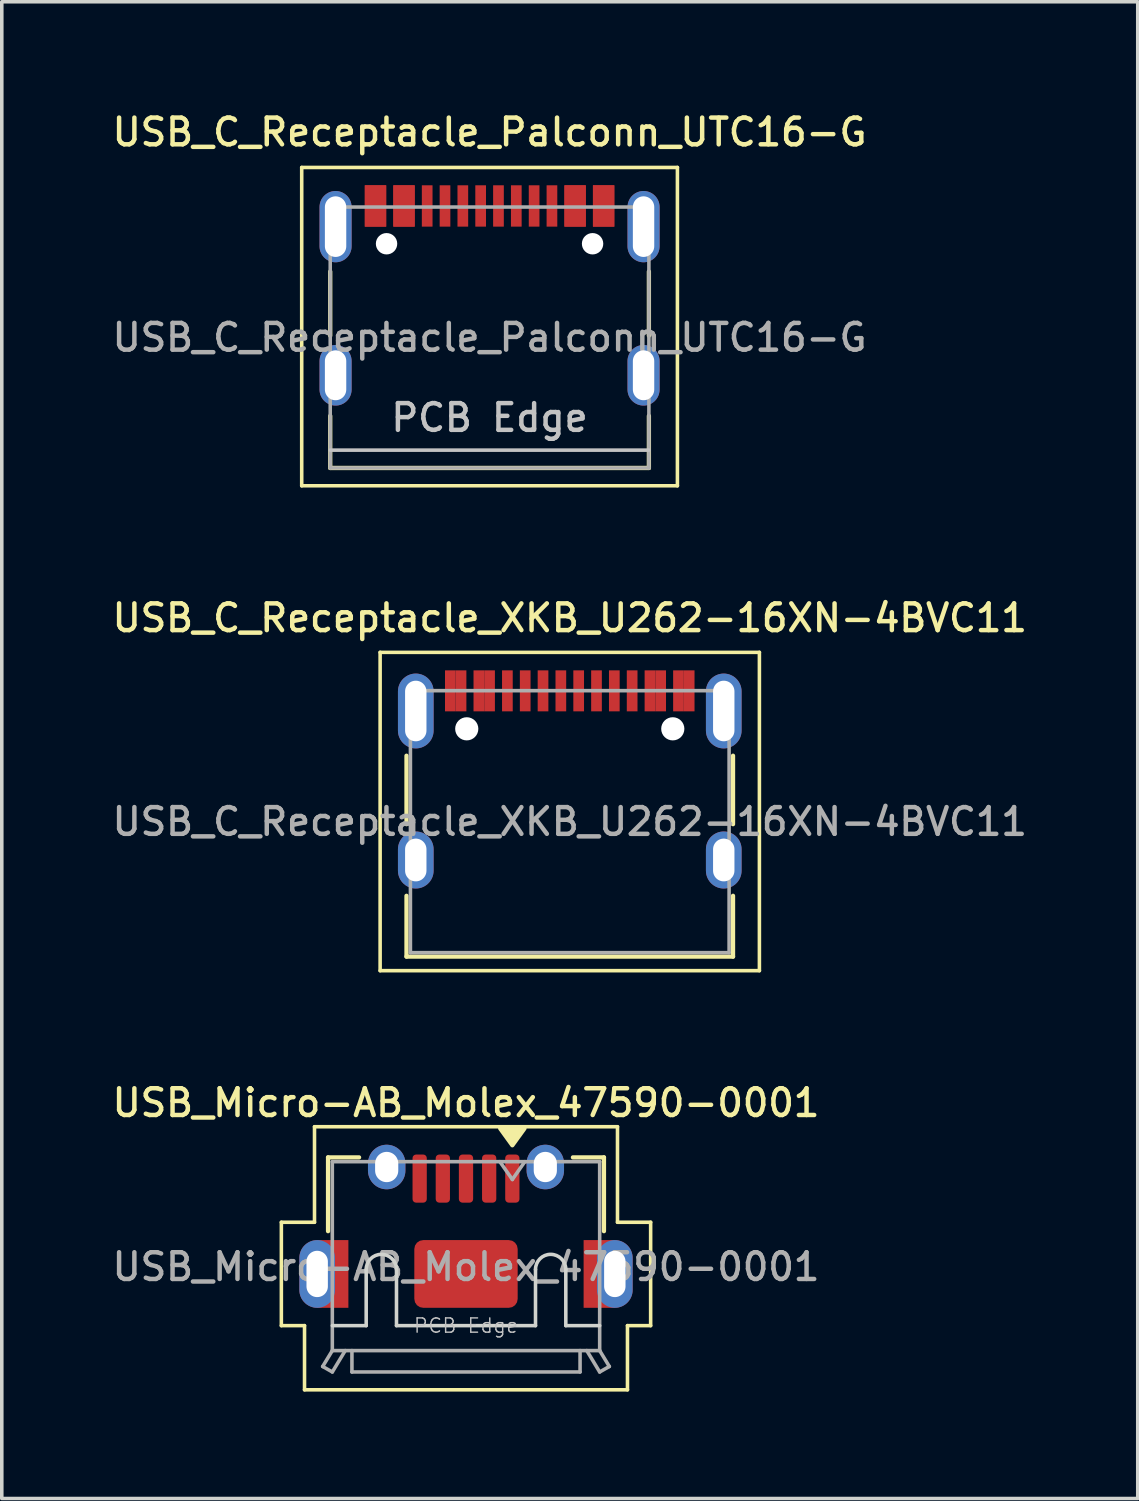
<source format=kicad_pcb>
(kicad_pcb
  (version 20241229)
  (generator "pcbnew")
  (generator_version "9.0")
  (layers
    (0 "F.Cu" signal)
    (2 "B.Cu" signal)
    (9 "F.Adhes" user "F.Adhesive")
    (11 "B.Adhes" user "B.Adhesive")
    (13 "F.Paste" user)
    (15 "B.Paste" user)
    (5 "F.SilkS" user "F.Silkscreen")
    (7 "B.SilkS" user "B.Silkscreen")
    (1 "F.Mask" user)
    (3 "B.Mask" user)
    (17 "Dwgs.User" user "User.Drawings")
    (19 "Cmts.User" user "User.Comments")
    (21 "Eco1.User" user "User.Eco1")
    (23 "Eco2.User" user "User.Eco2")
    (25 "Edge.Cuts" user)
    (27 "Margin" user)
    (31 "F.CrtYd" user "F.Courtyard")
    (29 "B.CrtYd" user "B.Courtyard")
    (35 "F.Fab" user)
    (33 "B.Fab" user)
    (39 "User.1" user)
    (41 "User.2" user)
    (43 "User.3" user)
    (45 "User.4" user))
  (footprint "USB_C_Receptacle_XKB_U262-16XN-4BVC11"
    (layer "F.Cu")
    (at 12.934 20.001)
    (property "Reference" "USB_C_Receptacle_XKB_U262-16XN-4BVC11" (at 0 -5.715 0) (layer "F.SilkS") (effects (font (size 0.75 0.75) (thickness 0.125))))
    (attr smd)
    (fp_line (start -5.32 -4.75) (end 5.32 -4.75) (stroke (width 0.1) (type solid)) (layer "F.SilkS"))
    (fp_line (start -5.32 4.18) (end -5.32 -4.75) (stroke (width 0.1) (type solid)) (layer "F.SilkS"))
    (fp_line (start -4.58 -1.85) (end -4.58 0.07) (stroke (width 0.12) (type solid)) (layer "F.SilkS"))
    (fp_line (start -4.58 3.785) (end -4.58 2.08) (stroke (width 0.12) (type solid)) (layer "F.SilkS"))
    (fp_line (start 4.58 0.07) (end 4.58 -1.85) (stroke (width 0.12) (type solid)) (layer "F.SilkS"))
    (fp_line (start 4.58 2.08) (end 4.58 3.785) (stroke (width 0.12) (type solid)) (layer "F.SilkS"))
    (fp_line (start 4.58 3.785) (end -4.58 3.785) (stroke (width 0.12) (type solid)) (layer "F.SilkS"))
    (fp_line (start 5.32 -4.75) (end 5.32 4.18) (stroke (width 0.1) (type solid)) (layer "F.SilkS"))
    (fp_line (start 5.32 4.18) (end -5.32 4.18) (stroke (width 0.1) (type solid)) (layer "F.SilkS"))
    (fp_line (start -4.47 -3.675) (end -4.47 3.675) (stroke (width 0.1) (type solid)) (layer "F.Fab"))
    (fp_line (start -4.47 -3.675) (end 4.47 -3.675) (stroke (width 0.1) (type solid)) (layer "F.Fab"))
    (fp_line (start -4.47 3.675) (end 4.47 3.675) (stroke (width 0.1) (type solid)) (layer "F.Fab"))
    (fp_line (start 4.47 3.675) (end 4.47 -3.675) (stroke (width 0.1) (type solid)) (layer "F.Fab"))
    (fp_text user "${REFERENCE}" (at 0 0 0) (layer "F.Fab") (effects (font (size 0.75 0.75) (thickness 0.125))))
    (pad "" np_thru_hole circle (at -2.89 -2.605) (size 0.65 0.65) (drill 0.65) (layers "*.Cu" "*.Mask"))
    (pad "" np_thru_hole circle (at 2.89 -2.605) (size 0.65 0.65) (drill 0.65) (layers "*.Cu" "*.Mask"))
    (pad "A1" smd rect (at -3.35 -3.67) (size 0.3 1.15) (layers "F.Cu" "F.Mask" "F.Paste"))
    (pad "A4" smd rect (at -2.55 -3.67) (size 0.3 1.15) (layers "F.Cu" "F.Mask" "F.Paste"))
    (pad "A5" smd rect (at -1.25 -3.67) (size 0.3 1.15) (layers "F.Cu" "F.Mask" "F.Paste"))
    (pad "A6" smd rect (at -0.25 -3.67) (size 0.3 1.15) (layers "F.Cu" "F.Mask" "F.Paste"))
    (pad "A7" smd rect (at 0.25 -3.67) (size 0.3 1.15) (layers "F.Cu" "F.Mask" "F.Paste"))
    (pad "A8" smd rect (at 1.25 -3.67) (size 0.3 1.15) (layers "F.Cu" "F.Mask" "F.Paste"))
    (pad "A9" smd rect (at 2.55 -3.67) (size 0.3 1.15) (layers "F.Cu" "F.Mask" "F.Paste"))
    (pad "A12" smd rect (at 3.35 -3.67) (size 0.3 1.15) (layers "F.Cu" "F.Mask" "F.Paste"))
    (pad "B1" smd rect (at 3.05 -3.67) (size 0.3 1.15) (layers "F.Cu" "F.Mask" "F.Paste"))
    (pad "B4" smd rect (at 2.25 -3.67) (size 0.3 1.15) (layers "F.Cu" "F.Mask" "F.Paste"))
    (pad "B5" smd rect (at 1.75 -3.67) (size 0.3 1.15) (layers "F.Cu" "F.Mask" "F.Paste"))
    (pad "B6" smd rect (at 0.75 -3.67) (size 0.3 1.15) (layers "F.Cu" "F.Mask" "F.Paste"))
    (pad "B7" smd rect (at -0.75 -3.67) (size 0.3 1.15) (layers "F.Cu" "F.Mask" "F.Paste"))
    (pad "B8" smd rect (at -1.75 -3.67) (size 0.3 1.15) (layers "F.Cu" "F.Mask" "F.Paste"))
    (pad "B9" smd rect (at -2.25 -3.67) (size 0.3 1.15) (layers "F.Cu" "F.Mask" "F.Paste"))
    (pad "B12" smd rect (at -3.05 -3.67) (size 0.3 1.15) (layers "F.Cu" "F.Mask" "F.Paste"))
    (pad "S1" thru_hole oval (at -4.32 -3.105) (size 1 2.1) (drill oval 0.6 1.7) (layers "*.Cu" "*.Mask"))
    (pad "S1" thru_hole oval (at -4.32 1.075) (size 1 1.6) (drill oval 0.6 1.2) (layers "*.Cu" "*.Mask"))
    (pad "S1" thru_hole oval (at 4.32 -3.105) (size 1 2.1) (drill oval 0.6 1.7) (layers "*.Cu" "*.Mask"))
    (pad "S1" thru_hole oval (at 4.32 1.075) (size 1 1.6) (drill oval 0.6 1.2) (layers "*.Cu" "*.Mask")))
  (footprint "USB_Micro-AB_Molex_47590-0001"
    (layer "F.Cu")
    (at 10.023 33.039)
    (property "Reference" "USB_Micro-AB_Molex_47590-0001" (at 0 -5.15 180) (layer "F.SilkS") (effects (font (size 0.75 0.75) (thickness 0.125))))
    (attr smd)
    (fp_line (start -5.18 -1.8) (end -5.18 1.1) (stroke (width 0.1) (type solid)) (layer "F.SilkS"))
    (fp_line (start -5.18 1.1) (end -4.53 1.1) (stroke (width 0.1) (type default)) (layer "F.SilkS"))
    (fp_line (start -4.53 1.1) (end -4.53 2.9) (stroke (width 0.1) (type default)) (layer "F.SilkS"))
    (fp_line (start -4.53 2.9) (end 4.53 2.9) (stroke (width 0.1) (type solid)) (layer "F.SilkS"))
    (fp_line (start -4.25 -4.48) (end -4.25 -1.8) (stroke (width 0.1) (type default)) (layer "F.SilkS"))
    (fp_line (start -4.25 -4.48) (end 4.25 -4.48) (stroke (width 0.1) (type solid)) (layer "F.SilkS"))
    (fp_line (start -4.25 -1.8) (end -5.18 -1.8) (stroke (width 0.1) (type default)) (layer "F.SilkS"))
    (fp_line (start -3.87 -3.62) (end -3.87 -1.55) (stroke (width 0.12) (type solid)) (layer "F.SilkS"))
    (fp_line (start -3.87 -3.62) (end -3 -3.62) (stroke (width 0.12) (type solid)) (layer "F.SilkS"))
    (fp_line (start 3 -3.62) (end 3.87 -3.62) (stroke (width 0.12) (type solid)) (layer "F.SilkS"))
    (fp_line (start 3.87 -3.62) (end 3.87 -1.55) (stroke (width 0.12) (type solid)) (layer "F.SilkS"))
    (fp_line (start 4.25 -4.48) (end 4.25 -1.8) (stroke (width 0.1) (type default)) (layer "F.SilkS"))
    (fp_line (start 4.25 -1.8) (end 5.18 -1.8) (stroke (width 0.1) (type default)) (layer "F.SilkS"))
    (fp_line (start 4.53 1.1) (end 4.53 2.9) (stroke (width 0.1) (type default)) (layer "F.SilkS"))
    (fp_line (start 5.18 -1.8) (end 5.18 1.1) (stroke (width 0.1) (type solid)) (layer "F.SilkS"))
    (fp_line (start 5.18 1.1) (end 4.53 1.1) (stroke (width 0.1) (type default)) (layer "F.SilkS"))
    (fp_poly (pts (xy 1.3 -3.96) (xy 0.96 -4.43) (xy 1.64 -4.43) (xy 1.3 -3.96)) (stroke (width 0.12) (type solid)) (fill yes) (layer "F.SilkS"))
    (fp_line (start -3.75 1.1) (end -2.8 1.1) (stroke (width 0.1) (type solid)) (layer "Edge.Cuts"))
    (fp_line (start -2.8 -0.475) (end -2.8 1.1) (stroke (width 0.1) (type solid)) (layer "Edge.Cuts"))
    (fp_line (start -1.95 -0.475) (end -1.95 1.1) (stroke (width 0.1) (type solid)) (layer "Edge.Cuts"))
    (fp_line (start -1.95 1.1) (end 1.95 1.1) (stroke (width 0.1) (type solid)) (layer "Edge.Cuts"))
    (fp_line (start 1.95 -0.475) (end 1.95 1.1) (stroke (width 0.1) (type solid)) (layer "Edge.Cuts"))
    (fp_line (start 2.8 -0.475) (end 2.8 1.1) (stroke (width 0.1) (type solid)) (layer "Edge.Cuts"))
    (fp_line (start 2.8 1.1) (end 3.75 1.1) (stroke (width 0.1) (type solid)) (layer "Edge.Cuts"))
    (fp_arc (start -2.8 -0.475) (mid -2.375 -0.9) (end -1.95 -0.475) (stroke (width 0.1) (type solid)) (layer "Edge.Cuts"))
    (fp_arc (start 1.95 -0.475) (mid 2.375 -0.9) (end 2.8 -0.475) (stroke (width 0.1) (type solid)) (layer "Edge.Cuts"))
    (fp_line (start -3.75 -3.5) (end -3.75 1.8) (stroke (width 0.1) (type solid)) (layer "F.Fab"))
    (fp_line (start -3.75 -3.5) (end 3.75 -3.5) (stroke (width 0.1) (type solid)) (layer "F.Fab"))
    (fp_line (start -3.75 1.8) (end -4.021 2.246) (stroke (width 0.1) (type solid)) (layer "F.Fab"))
    (fp_line (start -3.75 1.8) (end 3.75 1.8) (stroke (width 0.1) (type solid)) (layer "F.Fab"))
    (fp_line (start -3.75 2.4) (end -4.021 2.246) (stroke (width 0.1) (type default)) (layer "F.Fab"))
    (fp_line (start -3.388 1.8) (end -3.75 2.4) (stroke (width 0.1) (type solid)) (layer "F.Fab"))
    (fp_line (start -3.2 1.8) (end -3.2 2.4) (stroke (width 0.1) (type solid)) (layer "F.Fab"))
    (fp_line (start -3.2 2.4) (end 3.2 2.4) (stroke (width 0.1) (type solid)) (layer "F.Fab"))
    (fp_line (start 0.95 -3.5) (end 1.3 -3) (stroke (width 0.1) (type solid)) (layer "F.Fab"))
    (fp_line (start 1.3 -3) (end 1.65 -3.5) (stroke (width 0.1) (type solid)) (layer "F.Fab"))
    (fp_line (start 3.2 1.8) (end 3.2 2.4) (stroke (width 0.1) (type solid)) (layer "F.Fab"))
    (fp_line (start 3.388 1.8) (end 3.75 2.4) (stroke (width 0.1) (type solid)) (layer "F.Fab"))
    (fp_line (start 3.75 -3.5) (end 3.75 1.8) (stroke (width 0.1) (type solid)) (layer "F.Fab"))
    (fp_line (start 3.75 1.8) (end 4.021 2.246) (stroke (width 0.1) (type solid)) (layer "F.Fab"))
    (fp_line (start 3.75 2.4) (end 4.021 2.246) (stroke (width 0.1) (type default)) (layer "F.Fab"))
    (fp_text user "PCB Edge" (at 0 1.1 0) (layer "Dwgs.User") (effects (font (size 0.4 0.4) (thickness 0.04))))
    (fp_text user "${REFERENCE}" (at 0 -0.55 0) (layer "F.Fab") (effects (font (size 0.75 0.75) (thickness 0.125))))
    (pad "" smd rect (at -3.5 -0.35) (size 0.3 0.85) (layers "F.Paste"))
    (pad "" smd rect (at 3.5 -0.35) (size 0.3 0.85) (layers "F.Paste"))
    (pad "1" smd roundrect (at 1.3 -3.025) (size 0.4 1.35) (layers "F.Cu" "F.Mask" "F.Paste") (roundrect_rratio 0.25))
    (pad "2" smd roundrect (at 0.65 -3.025) (size 0.4 1.35) (layers "F.Cu" "F.Mask" "F.Paste") (roundrect_rratio 0.25))
    (pad "3" smd roundrect (at 0 -3.025) (size 0.4 1.35) (layers "F.Cu" "F.Mask" "F.Paste") (roundrect_rratio 0.25))
    (pad "4" smd roundrect (at -0.65 -3.025) (size 0.4 1.35) (layers "F.Cu" "F.Mask" "F.Paste") (roundrect_rratio 0.25))
    (pad "5" smd roundrect (at -1.3 -3.025) (size 0.4 1.35) (layers "F.Cu" "F.Mask" "F.Paste") (roundrect_rratio 0.25))
    (pad "6" thru_hole oval (at -4.175 -0.35) (size 1 1.9) (drill oval 0.6 1.3) (layers "*.Cu" "*.Mask"))
    (pad "6" smd rect (at -3.737 -0.35) (size 0.875 1.9) (layers "F.Cu" "F.Mask"))
    (pad "6" thru_hole oval (at -2.225 -3.35) (size 1.05 1.25) (drill oval 0.65 0.85) (layers "*.Cu" "*.Mask"))
    (pad "6" smd roundrect (at 0 -0.35) (size 2.9 1.9) (layers "F.Cu" "F.Mask" "F.Paste") (roundrect_rratio 0.132))
    (pad "6" thru_hole oval (at 2.225 -3.35) (size 1.05 1.25) (drill oval 0.65 0.85) (layers "*.Cu" "*.Mask"))
    (pad "6" smd rect (at 3.737 -0.35) (size 0.875 1.9) (layers "F.Cu" "F.Mask"))
    (pad "6" thru_hole oval (at 4.175 -0.35) (size 1 1.9) (drill oval 0.6 1.3) (layers "*.Cu" "*.Mask")))
  (footprint "USB_C_Receptacle_Palconn_UTC16-G"
    (layer "F.Cu")
    (at 10.684 5.238)
    (property "Reference" "USB_C_Receptacle_Palconn_UTC16-G" (at 0 -4.58 0) (layer "F.SilkS") (effects (font (size 0.75 0.75) (thickness 0.125))))
    (attr smd)
    (fp_line (start -5.27 -3.59) (end -5.27 5.34) (stroke (width 0.1) (type solid)) (layer "F.SilkS"))
    (fp_line (start -5.27 5.34) (end 5.27 5.34) (stroke (width 0.1) (type solid)) (layer "F.SilkS"))
    (fp_line (start -4.47 -0.67) (end -4.47 1.13) (stroke (width 0.12) (type solid)) (layer "F.SilkS"))
    (fp_line (start -4.47 4.84) (end -4.47 3.38) (stroke (width 0.12) (type solid)) (layer "F.SilkS"))
    (fp_line (start 4.47 -0.67) (end 4.47 1.13) (stroke (width 0.12) (type solid)) (layer "F.SilkS"))
    (fp_line (start 4.47 4.84) (end -4.47 4.84) (stroke (width 0.12) (type solid)) (layer "F.SilkS"))
    (fp_line (start 4.47 4.84) (end 4.47 3.38) (stroke (width 0.12) (type solid)) (layer "F.SilkS"))
    (fp_line (start 5.27 -3.59) (end -5.27 -3.59) (stroke (width 0.1) (type solid)) (layer "F.SilkS"))
    (fp_line (start 5.27 5.34) (end 5.27 -3.59) (stroke (width 0.1) (type solid)) (layer "F.SilkS"))
    (fp_line (start -4.47 4.34) (end 4.47 4.34) (stroke (width 0.1) (type solid)) (layer "Dwgs.User"))
    (fp_line (start -4.47 -2.48) (end -4.47 4.84) (stroke (width 0.1) (type solid)) (layer "F.Fab"))
    (fp_line (start -4.47 -2.48) (end 4.47 -2.48) (stroke (width 0.1) (type solid)) (layer "F.Fab"))
    (fp_line (start 4.47 -2.48) (end 4.47 4.84) (stroke (width 0.1) (type solid)) (layer "F.Fab"))
    (fp_line (start 4.47 4.84) (end -4.47 4.84) (stroke (width 0.1) (type solid)) (layer "F.Fab"))
    (fp_text user "PCB Edge" (at 0 3.43 0) (layer "Dwgs.User") (effects (font (size 0.75 0.75) (thickness 0.125))))
    (fp_text user "${REFERENCE}" (at 0 1.18 0) (layer "F.Fab") (effects (font (size 0.75 0.75) (thickness 0.125))))
    (pad "" np_thru_hole circle (at -2.89 -1.45 180) (size 0.6 0.6) (drill 0.6) (layers "*.Cu" "*.Mask"))
    (pad "" np_thru_hole circle (at 2.89 -1.45 180) (size 0.6 0.6) (drill 0.6) (layers "*.Cu" "*.Mask"))
    (pad "A1" smd rect (at -3.2 -2.51) (size 0.6 1.16) (layers "F.Cu" "F.Mask" "F.Paste"))
    (pad "A4" smd rect (at -2.4 -2.51) (size 0.6 1.16) (layers "F.Cu" "F.Mask" "F.Paste"))
    (pad "A5" smd rect (at -1.25 -2.51 180) (size 0.3 1.16) (layers "F.Cu" "F.Mask" "F.Paste"))
    (pad "A6" smd rect (at -0.25 -2.51 180) (size 0.3 1.16) (layers "F.Cu" "F.Mask" "F.Paste"))
    (pad "A7" smd rect (at 0.25 -2.51 180) (size 0.3 1.16) (layers "F.Cu" "F.Mask" "F.Paste"))
    (pad "A8" smd rect (at 1.25 -2.51 180) (size 0.3 1.16) (layers "F.Cu" "F.Mask" "F.Paste"))
    (pad "A9" smd rect (at 2.4 -2.51) (size 0.6 1.16) (layers "F.Cu" "F.Mask" "F.Paste"))
    (pad "A12" smd rect (at 3.2 -2.51) (size 0.6 1.16) (layers "F.Cu" "F.Mask" "F.Paste"))
    (pad "B1" smd rect (at 3.2 -2.51) (size 0.6 1.16) (layers "F.Cu" "F.Mask" "F.Paste"))
    (pad "B4" smd rect (at 2.4 -2.51) (size 0.6 1.16) (layers "F.Cu" "F.Mask" "F.Paste"))
    (pad "B5" smd rect (at 1.75 -2.51 180) (size 0.3 1.16) (layers "F.Cu" "F.Mask" "F.Paste"))
    (pad "B6" smd rect (at 0.75 -2.51 180) (size 0.3 1.16) (layers "F.Cu" "F.Mask" "F.Paste"))
    (pad "B7" smd rect (at -0.75 -2.51 180) (size 0.3 1.16) (layers "F.Cu" "F.Mask" "F.Paste"))
    (pad "B8" smd rect (at -1.75 -2.51 180) (size 0.3 1.16) (layers "F.Cu" "F.Mask" "F.Paste"))
    (pad "B9" smd rect (at -2.4 -2.51) (size 0.6 1.16) (layers "F.Cu" "F.Mask" "F.Paste"))
    (pad "B12" smd rect (at -3.2 -2.51) (size 0.6 1.16) (layers "F.Cu" "F.Mask" "F.Paste"))
    (pad "S1" thru_hole oval (at -4.32 -1.93 90) (size 2 0.9) (drill oval 1.7 0.6) (layers "*.Cu" "*.Mask"))
    (pad "S1" thru_hole oval (at -4.32 2.24 90) (size 1.7 0.9) (drill oval 1.4 0.6) (layers "*.Cu" "*.Mask"))
    (pad "S1" thru_hole oval (at 4.32 -1.93 90) (size 2 0.9) (drill oval 1.7 0.6) (layers "*.Cu" "*.Mask"))
    (pad "S1" thru_hole oval (at 4.32 2.24 90) (size 1.7 0.9) (drill oval 1.4 0.6) (layers "*.Cu" "*.Mask")))
  (gr_rect
    (start -3 -3)
    (end 28.868 38.989)
    (stroke (width 0.1) (type default))
    (fill no)
    (layer "Edge.Cuts")))
</source>
